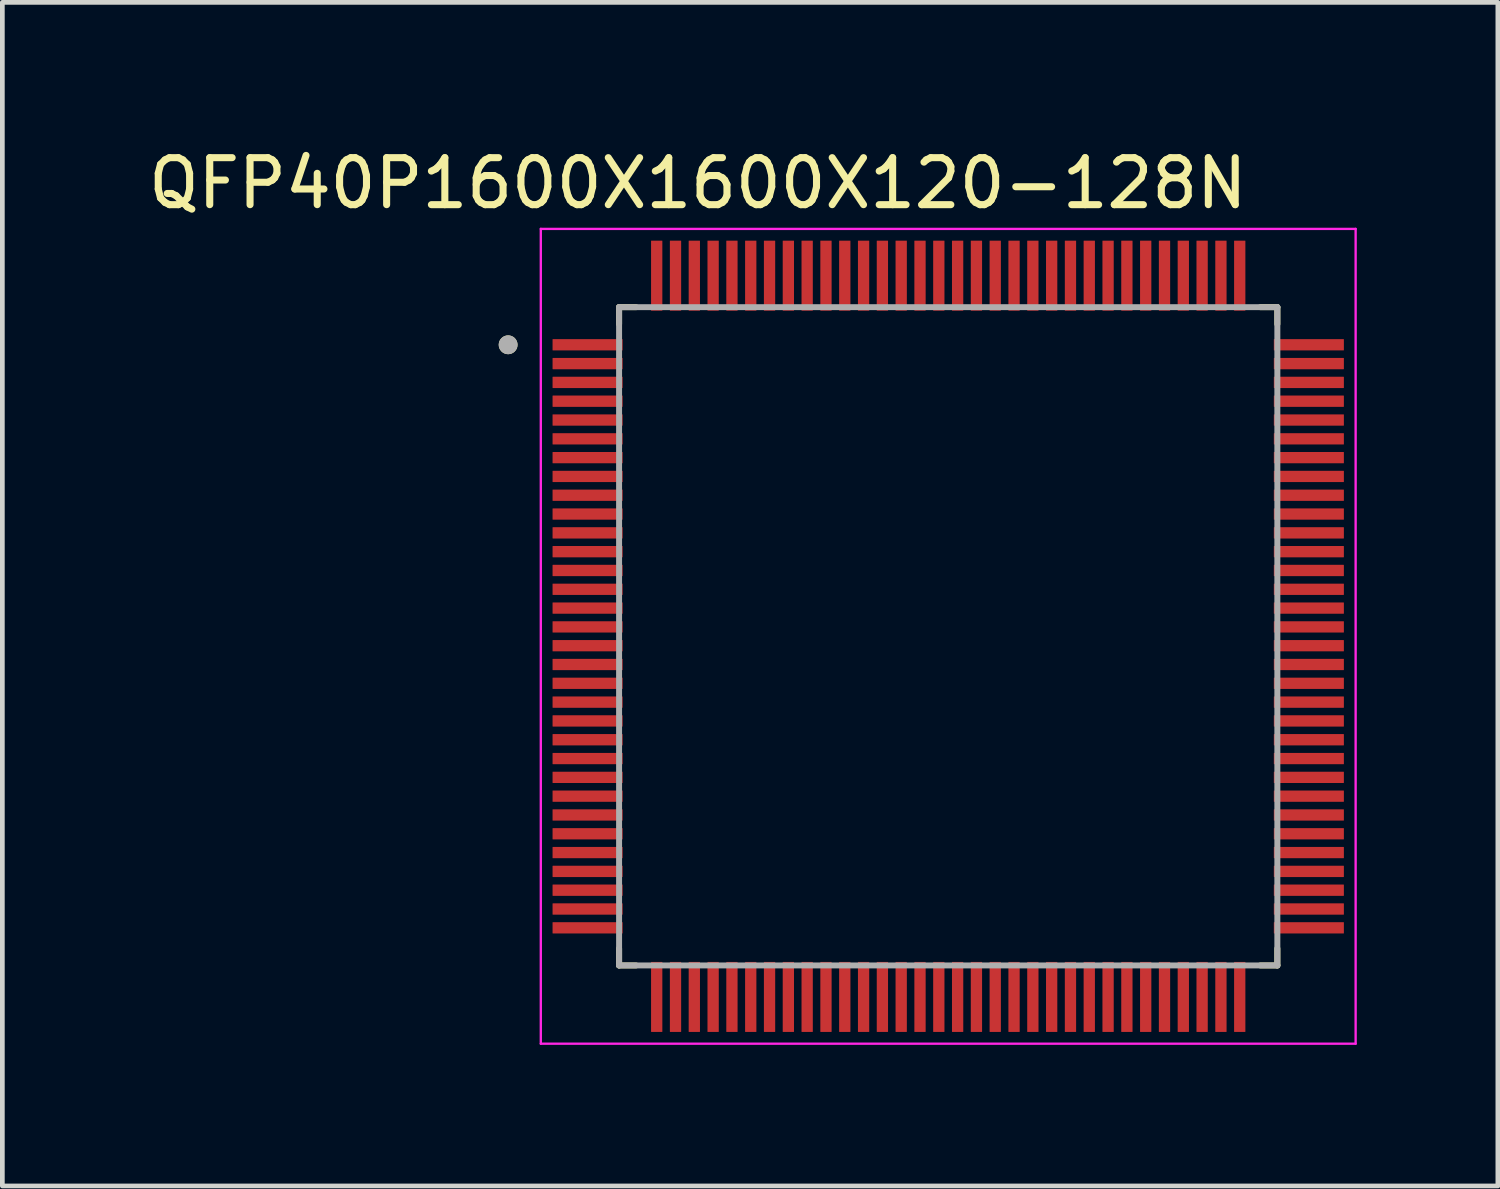
<source format=kicad_pcb>
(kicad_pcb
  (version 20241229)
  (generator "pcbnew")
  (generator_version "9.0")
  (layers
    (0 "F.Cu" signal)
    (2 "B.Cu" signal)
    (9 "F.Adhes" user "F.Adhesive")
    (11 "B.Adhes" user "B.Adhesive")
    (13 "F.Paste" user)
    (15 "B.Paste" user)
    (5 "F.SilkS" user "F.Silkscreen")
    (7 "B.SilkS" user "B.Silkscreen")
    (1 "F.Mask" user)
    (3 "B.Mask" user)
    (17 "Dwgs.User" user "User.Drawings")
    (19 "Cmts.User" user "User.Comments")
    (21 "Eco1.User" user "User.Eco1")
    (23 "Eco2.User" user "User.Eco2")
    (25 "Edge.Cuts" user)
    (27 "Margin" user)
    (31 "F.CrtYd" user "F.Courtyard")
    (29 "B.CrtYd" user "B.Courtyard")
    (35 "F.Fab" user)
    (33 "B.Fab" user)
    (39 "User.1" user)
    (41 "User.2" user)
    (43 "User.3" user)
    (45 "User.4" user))
  (footprint "QFP40P1600X1600X120-128N"
    (layer "F.Cu")
    (at 17.117 10.483)
    (property "Reference" "QFP40P1600X1600X120-128N" (at -5.325 -9.635 0) (layer "F.SilkS") (effects (font (size 1 1) (thickness 0.15))))
    (attr through_hole)
    (fp_line (start -7 -7) (end -7 -6.64) (stroke (width 0.127) (type solid)) (layer "F.SilkS"))
    (fp_line (start -7 -7) (end -6.64 -7) (stroke (width 0.127) (type solid)) (layer "F.SilkS"))
    (fp_line (start -7 7) (end -7 6.64) (stroke (width 0.127) (type solid)) (layer "F.SilkS"))
    (fp_line (start -7 7) (end -6.64 7) (stroke (width 0.127) (type solid)) (layer "F.SilkS"))
    (fp_line (start 7 -7) (end 6.64 -7) (stroke (width 0.127) (type solid)) (layer "F.SilkS"))
    (fp_line (start 7 -7) (end 7 -6.64) (stroke (width 0.127) (type solid)) (layer "F.SilkS"))
    (fp_line (start 7 7) (end 6.64 7) (stroke (width 0.127) (type solid)) (layer "F.SilkS"))
    (fp_line (start 7 7) (end 7 6.64) (stroke (width 0.127) (type solid)) (layer "F.SilkS"))
    (fp_circle (center -9.36 -6.2) (end -9.26 -6.2) (stroke (width 0.2) (type solid)) (fill no) (layer "F.SilkS"))
    (fp_line (start -8.665 -8.665) (end 8.665 -8.665) (stroke (width 0.05) (type solid)) (layer "F.CrtYd"))
    (fp_line (start -8.665 8.665) (end -8.665 -8.665) (stroke (width 0.05) (type solid)) (layer "F.CrtYd"))
    (fp_line (start -8.665 8.665) (end 8.665 8.665) (stroke (width 0.05) (type solid)) (layer "F.CrtYd"))
    (fp_line (start 8.665 8.665) (end 8.665 -8.665) (stroke (width 0.05) (type solid)) (layer "F.CrtYd"))
    (fp_line (start -7 7) (end -7 -7) (stroke (width 0.127) (type solid)) (layer "F.Fab"))
    (fp_line (start 7 -7) (end -7 -7) (stroke (width 0.127) (type solid)) (layer "F.Fab"))
    (fp_line (start 7 7) (end -7 7) (stroke (width 0.127) (type solid)) (layer "F.Fab"))
    (fp_line (start 7 7) (end 7 -7) (stroke (width 0.127) (type solid)) (layer "F.Fab"))
    (fp_circle (center -9.36 -6.2) (end -9.26 -6.2) (stroke (width 0.2) (type solid)) (fill no) (layer "F.Fab"))
    (pad "1" smd roundrect (at -7.67 -6.2) (size 1.49 0.24) (layers "F.Cu" "F.Mask" "F.Paste") (roundrect_rratio 0.03))
    (pad "2" smd roundrect (at -7.67 -5.8) (size 1.49 0.24) (layers "F.Cu" "F.Mask" "F.Paste") (roundrect_rratio 0.03))
    (pad "3" smd roundrect (at -7.67 -5.4) (size 1.49 0.24) (layers "F.Cu" "F.Mask" "F.Paste") (roundrect_rratio 0.03))
    (pad "4" smd roundrect (at -7.67 -5) (size 1.49 0.24) (layers "F.Cu" "F.Mask" "F.Paste") (roundrect_rratio 0.03))
    (pad "5" smd roundrect (at -7.67 -4.6) (size 1.49 0.24) (layers "F.Cu" "F.Mask" "F.Paste") (roundrect_rratio 0.03))
    (pad "6" smd roundrect (at -7.67 -4.2) (size 1.49 0.24) (layers "F.Cu" "F.Mask" "F.Paste") (roundrect_rratio 0.03))
    (pad "7" smd roundrect (at -7.67 -3.8) (size 1.49 0.24) (layers "F.Cu" "F.Mask" "F.Paste") (roundrect_rratio 0.03))
    (pad "8" smd roundrect (at -7.67 -3.4) (size 1.49 0.24) (layers "F.Cu" "F.Mask" "F.Paste") (roundrect_rratio 0.03))
    (pad "9" smd roundrect (at -7.67 -3) (size 1.49 0.24) (layers "F.Cu" "F.Mask" "F.Paste") (roundrect_rratio 0.03))
    (pad "10" smd roundrect (at -7.67 -2.6) (size 1.49 0.24) (layers "F.Cu" "F.Mask" "F.Paste") (roundrect_rratio 0.03))
    (pad "11" smd roundrect (at -7.67 -2.2) (size 1.49 0.24) (layers "F.Cu" "F.Mask" "F.Paste") (roundrect_rratio 0.03))
    (pad "12" smd roundrect (at -7.67 -1.8) (size 1.49 0.24) (layers "F.Cu" "F.Mask" "F.Paste") (roundrect_rratio 0.03))
    (pad "13" smd roundrect (at -7.67 -1.4) (size 1.49 0.24) (layers "F.Cu" "F.Mask" "F.Paste") (roundrect_rratio 0.03))
    (pad "14" smd roundrect (at -7.67 -1) (size 1.49 0.24) (layers "F.Cu" "F.Mask" "F.Paste") (roundrect_rratio 0.03))
    (pad "15" smd roundrect (at -7.67 -0.6) (size 1.49 0.24) (layers "F.Cu" "F.Mask" "F.Paste") (roundrect_rratio 0.03))
    (pad "16" smd roundrect (at -7.67 -0.2) (size 1.49 0.24) (layers "F.Cu" "F.Mask" "F.Paste") (roundrect_rratio 0.03))
    (pad "17" smd roundrect (at -7.67 0.2) (size 1.49 0.24) (layers "F.Cu" "F.Mask" "F.Paste") (roundrect_rratio 0.03))
    (pad "18" smd roundrect (at -7.67 0.6) (size 1.49 0.24) (layers "F.Cu" "F.Mask" "F.Paste") (roundrect_rratio 0.03))
    (pad "19" smd roundrect (at -7.67 1) (size 1.49 0.24) (layers "F.Cu" "F.Mask" "F.Paste") (roundrect_rratio 0.03))
    (pad "20" smd roundrect (at -7.67 1.4) (size 1.49 0.24) (layers "F.Cu" "F.Mask" "F.Paste") (roundrect_rratio 0.03))
    (pad "21" smd roundrect (at -7.67 1.8) (size 1.49 0.24) (layers "F.Cu" "F.Mask" "F.Paste") (roundrect_rratio 0.03))
    (pad "22" smd roundrect (at -7.67 2.2) (size 1.49 0.24) (layers "F.Cu" "F.Mask" "F.Paste") (roundrect_rratio 0.03))
    (pad "23" smd roundrect (at -7.67 2.6) (size 1.49 0.24) (layers "F.Cu" "F.Mask" "F.Paste") (roundrect_rratio 0.03))
    (pad "24" smd roundrect (at -7.67 3) (size 1.49 0.24) (layers "F.Cu" "F.Mask" "F.Paste") (roundrect_rratio 0.03))
    (pad "25" smd roundrect (at -7.67 3.4) (size 1.49 0.24) (layers "F.Cu" "F.Mask" "F.Paste") (roundrect_rratio 0.03))
    (pad "26" smd roundrect (at -7.67 3.8) (size 1.49 0.24) (layers "F.Cu" "F.Mask" "F.Paste") (roundrect_rratio 0.03))
    (pad "27" smd roundrect (at -7.67 4.2) (size 1.49 0.24) (layers "F.Cu" "F.Mask" "F.Paste") (roundrect_rratio 0.03))
    (pad "28" smd roundrect (at -7.67 4.6) (size 1.49 0.24) (layers "F.Cu" "F.Mask" "F.Paste") (roundrect_rratio 0.03))
    (pad "29" smd roundrect (at -7.67 5) (size 1.49 0.24) (layers "F.Cu" "F.Mask" "F.Paste") (roundrect_rratio 0.03))
    (pad "30" smd roundrect (at -7.67 5.4) (size 1.49 0.24) (layers "F.Cu" "F.Mask" "F.Paste") (roundrect_rratio 0.03))
    (pad "31" smd roundrect (at -7.67 5.8) (size 1.49 0.24) (layers "F.Cu" "F.Mask" "F.Paste") (roundrect_rratio 0.03))
    (pad "32" smd roundrect (at -7.67 6.2) (size 1.49 0.24) (layers "F.Cu" "F.Mask" "F.Paste") (roundrect_rratio 0.03))
    (pad "33" smd roundrect (at -6.2 7.67 90) (size 1.49 0.24) (layers "F.Cu" "F.Mask" "F.Paste") (roundrect_rratio 0.03))
    (pad "34" smd roundrect (at -5.8 7.67 90) (size 1.49 0.24) (layers "F.Cu" "F.Mask" "F.Paste") (roundrect_rratio 0.03))
    (pad "35" smd roundrect (at -5.4 7.67 90) (size 1.49 0.24) (layers "F.Cu" "F.Mask" "F.Paste") (roundrect_rratio 0.03))
    (pad "36" smd roundrect (at -5 7.67 90) (size 1.49 0.24) (layers "F.Cu" "F.Mask" "F.Paste") (roundrect_rratio 0.03))
    (pad "37" smd roundrect (at -4.6 7.67 90) (size 1.49 0.24) (layers "F.Cu" "F.Mask" "F.Paste") (roundrect_rratio 0.03))
    (pad "38" smd roundrect (at -4.2 7.67 90) (size 1.49 0.24) (layers "F.Cu" "F.Mask" "F.Paste") (roundrect_rratio 0.03))
    (pad "39" smd roundrect (at -3.8 7.67 90) (size 1.49 0.24) (layers "F.Cu" "F.Mask" "F.Paste") (roundrect_rratio 0.03))
    (pad "40" smd roundrect (at -3.4 7.67 90) (size 1.49 0.24) (layers "F.Cu" "F.Mask" "F.Paste") (roundrect_rratio 0.03))
    (pad "41" smd roundrect (at -3 7.67 90) (size 1.49 0.24) (layers "F.Cu" "F.Mask" "F.Paste") (roundrect_rratio 0.03))
    (pad "42" smd roundrect (at -2.6 7.67 90) (size 1.49 0.24) (layers "F.Cu" "F.Mask" "F.Paste") (roundrect_rratio 0.03))
    (pad "43" smd roundrect (at -2.2 7.67 90) (size 1.49 0.24) (layers "F.Cu" "F.Mask" "F.Paste") (roundrect_rratio 0.03))
    (pad "44" smd roundrect (at -1.8 7.67 90) (size 1.49 0.24) (layers "F.Cu" "F.Mask" "F.Paste") (roundrect_rratio 0.03))
    (pad "45" smd roundrect (at -1.4 7.67 90) (size 1.49 0.24) (layers "F.Cu" "F.Mask" "F.Paste") (roundrect_rratio 0.03))
    (pad "46" smd roundrect (at -1 7.67 90) (size 1.49 0.24) (layers "F.Cu" "F.Mask" "F.Paste") (roundrect_rratio 0.03))
    (pad "47" smd roundrect (at -0.6 7.67 90) (size 1.49 0.24) (layers "F.Cu" "F.Mask" "F.Paste") (roundrect_rratio 0.03))
    (pad "48" smd roundrect (at -0.2 7.67 90) (size 1.49 0.24) (layers "F.Cu" "F.Mask" "F.Paste") (roundrect_rratio 0.03))
    (pad "49" smd roundrect (at 0.2 7.67 90) (size 1.49 0.24) (layers "F.Cu" "F.Mask" "F.Paste") (roundrect_rratio 0.03))
    (pad "50" smd roundrect (at 0.6 7.67 90) (size 1.49 0.24) (layers "F.Cu" "F.Mask" "F.Paste") (roundrect_rratio 0.03))
    (pad "51" smd roundrect (at 1 7.67 90) (size 1.49 0.24) (layers "F.Cu" "F.Mask" "F.Paste") (roundrect_rratio 0.03))
    (pad "52" smd roundrect (at 1.4 7.67 90) (size 1.49 0.24) (layers "F.Cu" "F.Mask" "F.Paste") (roundrect_rratio 0.03))
    (pad "53" smd roundrect (at 1.8 7.67 90) (size 1.49 0.24) (layers "F.Cu" "F.Mask" "F.Paste") (roundrect_rratio 0.03))
    (pad "54" smd roundrect (at 2.2 7.67 90) (size 1.49 0.24) (layers "F.Cu" "F.Mask" "F.Paste") (roundrect_rratio 0.03))
    (pad "55" smd roundrect (at 2.6 7.67 90) (size 1.49 0.24) (layers "F.Cu" "F.Mask" "F.Paste") (roundrect_rratio 0.03))
    (pad "56" smd roundrect (at 3 7.67 90) (size 1.49 0.24) (layers "F.Cu" "F.Mask" "F.Paste") (roundrect_rratio 0.03))
    (pad "57" smd roundrect (at 3.4 7.67 90) (size 1.49 0.24) (layers "F.Cu" "F.Mask" "F.Paste") (roundrect_rratio 0.03))
    (pad "58" smd roundrect (at 3.8 7.67 90) (size 1.49 0.24) (layers "F.Cu" "F.Mask" "F.Paste") (roundrect_rratio 0.03))
    (pad "59" smd roundrect (at 4.2 7.67 90) (size 1.49 0.24) (layers "F.Cu" "F.Mask" "F.Paste") (roundrect_rratio 0.03))
    (pad "60" smd roundrect (at 4.6 7.67 90) (size 1.49 0.24) (layers "F.Cu" "F.Mask" "F.Paste") (roundrect_rratio 0.03))
    (pad "61" smd roundrect (at 5 7.67 90) (size 1.49 0.24) (layers "F.Cu" "F.Mask" "F.Paste") (roundrect_rratio 0.03))
    (pad "62" smd roundrect (at 5.4 7.67 90) (size 1.49 0.24) (layers "F.Cu" "F.Mask" "F.Paste") (roundrect_rratio 0.03))
    (pad "63" smd roundrect (at 5.8 7.67 90) (size 1.49 0.24) (layers "F.Cu" "F.Mask" "F.Paste") (roundrect_rratio 0.03))
    (pad "64" smd roundrect (at 6.2 7.67 90) (size 1.49 0.24) (layers "F.Cu" "F.Mask" "F.Paste") (roundrect_rratio 0.03))
    (pad "65" smd roundrect (at 7.67 6.2) (size 1.49 0.24) (layers "F.Cu" "F.Mask" "F.Paste") (roundrect_rratio 0.03))
    (pad "66" smd roundrect (at 7.67 5.8) (size 1.49 0.24) (layers "F.Cu" "F.Mask" "F.Paste") (roundrect_rratio 0.03))
    (pad "67" smd roundrect (at 7.67 5.4) (size 1.49 0.24) (layers "F.Cu" "F.Mask" "F.Paste") (roundrect_rratio 0.03))
    (pad "68" smd roundrect (at 7.67 5) (size 1.49 0.24) (layers "F.Cu" "F.Mask" "F.Paste") (roundrect_rratio 0.03))
    (pad "69" smd roundrect (at 7.67 4.6) (size 1.49 0.24) (layers "F.Cu" "F.Mask" "F.Paste") (roundrect_rratio 0.03))
    (pad "70" smd roundrect (at 7.67 4.2) (size 1.49 0.24) (layers "F.Cu" "F.Mask" "F.Paste") (roundrect_rratio 0.03))
    (pad "71" smd roundrect (at 7.67 3.8) (size 1.49 0.24) (layers "F.Cu" "F.Mask" "F.Paste") (roundrect_rratio 0.03))
    (pad "72" smd roundrect (at 7.67 3.4) (size 1.49 0.24) (layers "F.Cu" "F.Mask" "F.Paste") (roundrect_rratio 0.03))
    (pad "73" smd roundrect (at 7.67 3) (size 1.49 0.24) (layers "F.Cu" "F.Mask" "F.Paste") (roundrect_rratio 0.03))
    (pad "74" smd roundrect (at 7.67 2.6) (size 1.49 0.24) (layers "F.Cu" "F.Mask" "F.Paste") (roundrect_rratio 0.03))
    (pad "75" smd roundrect (at 7.67 2.2) (size 1.49 0.24) (layers "F.Cu" "F.Mask" "F.Paste") (roundrect_rratio 0.03))
    (pad "76" smd roundrect (at 7.67 1.8) (size 1.49 0.24) (layers "F.Cu" "F.Mask" "F.Paste") (roundrect_rratio 0.03))
    (pad "77" smd roundrect (at 7.67 1.4) (size 1.49 0.24) (layers "F.Cu" "F.Mask" "F.Paste") (roundrect_rratio 0.03))
    (pad "78" smd roundrect (at 7.67 1) (size 1.49 0.24) (layers "F.Cu" "F.Mask" "F.Paste") (roundrect_rratio 0.03))
    (pad "79" smd roundrect (at 7.67 0.6) (size 1.49 0.24) (layers "F.Cu" "F.Mask" "F.Paste") (roundrect_rratio 0.03))
    (pad "80" smd roundrect (at 7.67 0.2) (size 1.49 0.24) (layers "F.Cu" "F.Mask" "F.Paste") (roundrect_rratio 0.03))
    (pad "81" smd roundrect (at 7.67 -0.2) (size 1.49 0.24) (layers "F.Cu" "F.Mask" "F.Paste") (roundrect_rratio 0.03))
    (pad "82" smd roundrect (at 7.67 -0.6) (size 1.49 0.24) (layers "F.Cu" "F.Mask" "F.Paste") (roundrect_rratio 0.03))
    (pad "83" smd roundrect (at 7.67 -1) (size 1.49 0.24) (layers "F.Cu" "F.Mask" "F.Paste") (roundrect_rratio 0.03))
    (pad "84" smd roundrect (at 7.67 -1.4) (size 1.49 0.24) (layers "F.Cu" "F.Mask" "F.Paste") (roundrect_rratio 0.03))
    (pad "85" smd roundrect (at 7.67 -1.8) (size 1.49 0.24) (layers "F.Cu" "F.Mask" "F.Paste") (roundrect_rratio 0.03))
    (pad "86" smd roundrect (at 7.67 -2.2) (size 1.49 0.24) (layers "F.Cu" "F.Mask" "F.Paste") (roundrect_rratio 0.03))
    (pad "87" smd roundrect (at 7.67 -2.6) (size 1.49 0.24) (layers "F.Cu" "F.Mask" "F.Paste") (roundrect_rratio 0.03))
    (pad "88" smd roundrect (at 7.67 -3) (size 1.49 0.24) (layers "F.Cu" "F.Mask" "F.Paste") (roundrect_rratio 0.03))
    (pad "89" smd roundrect (at 7.67 -3.4) (size 1.49 0.24) (layers "F.Cu" "F.Mask" "F.Paste") (roundrect_rratio 0.03))
    (pad "90" smd roundrect (at 7.67 -3.8) (size 1.49 0.24) (layers "F.Cu" "F.Mask" "F.Paste") (roundrect_rratio 0.03))
    (pad "91" smd roundrect (at 7.67 -4.2) (size 1.49 0.24) (layers "F.Cu" "F.Mask" "F.Paste") (roundrect_rratio 0.03))
    (pad "92" smd roundrect (at 7.67 -4.6) (size 1.49 0.24) (layers "F.Cu" "F.Mask" "F.Paste") (roundrect_rratio 0.03))
    (pad "93" smd roundrect (at 7.67 -5) (size 1.49 0.24) (layers "F.Cu" "F.Mask" "F.Paste") (roundrect_rratio 0.03))
    (pad "94" smd roundrect (at 7.67 -5.4) (size 1.49 0.24) (layers "F.Cu" "F.Mask" "F.Paste") (roundrect_rratio 0.03))
    (pad "95" smd roundrect (at 7.67 -5.8) (size 1.49 0.24) (layers "F.Cu" "F.Mask" "F.Paste") (roundrect_rratio 0.03))
    (pad "96" smd roundrect (at 7.67 -6.2) (size 1.49 0.24) (layers "F.Cu" "F.Mask" "F.Paste") (roundrect_rratio 0.03))
    (pad "97" smd roundrect (at 6.2 -7.67 90) (size 1.49 0.24) (layers "F.Cu" "F.Mask" "F.Paste") (roundrect_rratio 0.03))
    (pad "98" smd roundrect (at 5.8 -7.67 90) (size 1.49 0.24) (layers "F.Cu" "F.Mask" "F.Paste") (roundrect_rratio 0.03))
    (pad "99" smd roundrect (at 5.4 -7.67 90) (size 1.49 0.24) (layers "F.Cu" "F.Mask" "F.Paste") (roundrect_rratio 0.03))
    (pad "100" smd roundrect (at 5 -7.67 90) (size 1.49 0.24) (layers "F.Cu" "F.Mask" "F.Paste") (roundrect_rratio 0.03))
    (pad "101" smd roundrect (at 4.6 -7.67 90) (size 1.49 0.24) (layers "F.Cu" "F.Mask" "F.Paste") (roundrect_rratio 0.03))
    (pad "102" smd roundrect (at 4.2 -7.67 90) (size 1.49 0.24) (layers "F.Cu" "F.Mask" "F.Paste") (roundrect_rratio 0.03))
    (pad "103" smd roundrect (at 3.8 -7.67 90) (size 1.49 0.24) (layers "F.Cu" "F.Mask" "F.Paste") (roundrect_rratio 0.03))
    (pad "104" smd roundrect (at 3.4 -7.67 90) (size 1.49 0.24) (layers "F.Cu" "F.Mask" "F.Paste") (roundrect_rratio 0.03))
    (pad "105" smd roundrect (at 3 -7.67 90) (size 1.49 0.24) (layers "F.Cu" "F.Mask" "F.Paste") (roundrect_rratio 0.03))
    (pad "106" smd roundrect (at 2.6 -7.67 90) (size 1.49 0.24) (layers "F.Cu" "F.Mask" "F.Paste") (roundrect_rratio 0.03))
    (pad "107" smd roundrect (at 2.2 -7.67 90) (size 1.49 0.24) (layers "F.Cu" "F.Mask" "F.Paste") (roundrect_rratio 0.03))
    (pad "108" smd roundrect (at 1.8 -7.67 90) (size 1.49 0.24) (layers "F.Cu" "F.Mask" "F.Paste") (roundrect_rratio 0.03))
    (pad "109" smd roundrect (at 1.4 -7.67 90) (size 1.49 0.24) (layers "F.Cu" "F.Mask" "F.Paste") (roundrect_rratio 0.03))
    (pad "110" smd roundrect (at 1 -7.67 90) (size 1.49 0.24) (layers "F.Cu" "F.Mask" "F.Paste") (roundrect_rratio 0.03))
    (pad "111" smd roundrect (at 0.6 -7.67 90) (size 1.49 0.24) (layers "F.Cu" "F.Mask" "F.Paste") (roundrect_rratio 0.03))
    (pad "112" smd roundrect (at 0.2 -7.67 90) (size 1.49 0.24) (layers "F.Cu" "F.Mask" "F.Paste") (roundrect_rratio 0.03))
    (pad "113" smd roundrect (at -0.2 -7.67 90) (size 1.49 0.24) (layers "F.Cu" "F.Mask" "F.Paste") (roundrect_rratio 0.03))
    (pad "114" smd roundrect (at -0.6 -7.67 90) (size 1.49 0.24) (layers "F.Cu" "F.Mask" "F.Paste") (roundrect_rratio 0.03))
    (pad "115" smd roundrect (at -1 -7.67 90) (size 1.49 0.24) (layers "F.Cu" "F.Mask" "F.Paste") (roundrect_rratio 0.03))
    (pad "116" smd roundrect (at -1.4 -7.67 90) (size 1.49 0.24) (layers "F.Cu" "F.Mask" "F.Paste") (roundrect_rratio 0.03))
    (pad "117" smd roundrect (at -1.8 -7.67 90) (size 1.49 0.24) (layers "F.Cu" "F.Mask" "F.Paste") (roundrect_rratio 0.03))
    (pad "118" smd roundrect (at -2.2 -7.67 90) (size 1.49 0.24) (layers "F.Cu" "F.Mask" "F.Paste") (roundrect_rratio 0.03))
    (pad "119" smd roundrect (at -2.6 -7.67 90) (size 1.49 0.24) (layers "F.Cu" "F.Mask" "F.Paste") (roundrect_rratio 0.03))
    (pad "120" smd roundrect (at -3 -7.67 90) (size 1.49 0.24) (layers "F.Cu" "F.Mask" "F.Paste") (roundrect_rratio 0.03))
    (pad "121" smd roundrect (at -3.4 -7.67 90) (size 1.49 0.24) (layers "F.Cu" "F.Mask" "F.Paste") (roundrect_rratio 0.03))
    (pad "122" smd roundrect (at -3.8 -7.67 90) (size 1.49 0.24) (layers "F.Cu" "F.Mask" "F.Paste") (roundrect_rratio 0.03))
    (pad "123" smd roundrect (at -4.2 -7.67 90) (size 1.49 0.24) (layers "F.Cu" "F.Mask" "F.Paste") (roundrect_rratio 0.03))
    (pad "124" smd roundrect (at -4.6 -7.67 90) (size 1.49 0.24) (layers "F.Cu" "F.Mask" "F.Paste") (roundrect_rratio 0.03))
    (pad "125" smd roundrect (at -5 -7.67 90) (size 1.49 0.24) (layers "F.Cu" "F.Mask" "F.Paste") (roundrect_rratio 0.03))
    (pad "126" smd roundrect (at -5.4 -7.67 90) (size 1.49 0.24) (layers "F.Cu" "F.Mask" "F.Paste") (roundrect_rratio 0.03))
    (pad "127" smd roundrect (at -5.8 -7.67 90) (size 1.49 0.24) (layers "F.Cu" "F.Mask" "F.Paste") (roundrect_rratio 0.03))
    (pad "128" smd roundrect (at -6.2 -7.67 90) (size 1.49 0.24) (layers "F.Cu" "F.Mask" "F.Paste") (roundrect_rratio 0.03)))
  (gr_rect
    (start -3 -3)
    (end 28.807 22.173)
    (stroke (width 0.1) (type default))
    (fill no)
    (layer "Edge.Cuts")))
</source>
